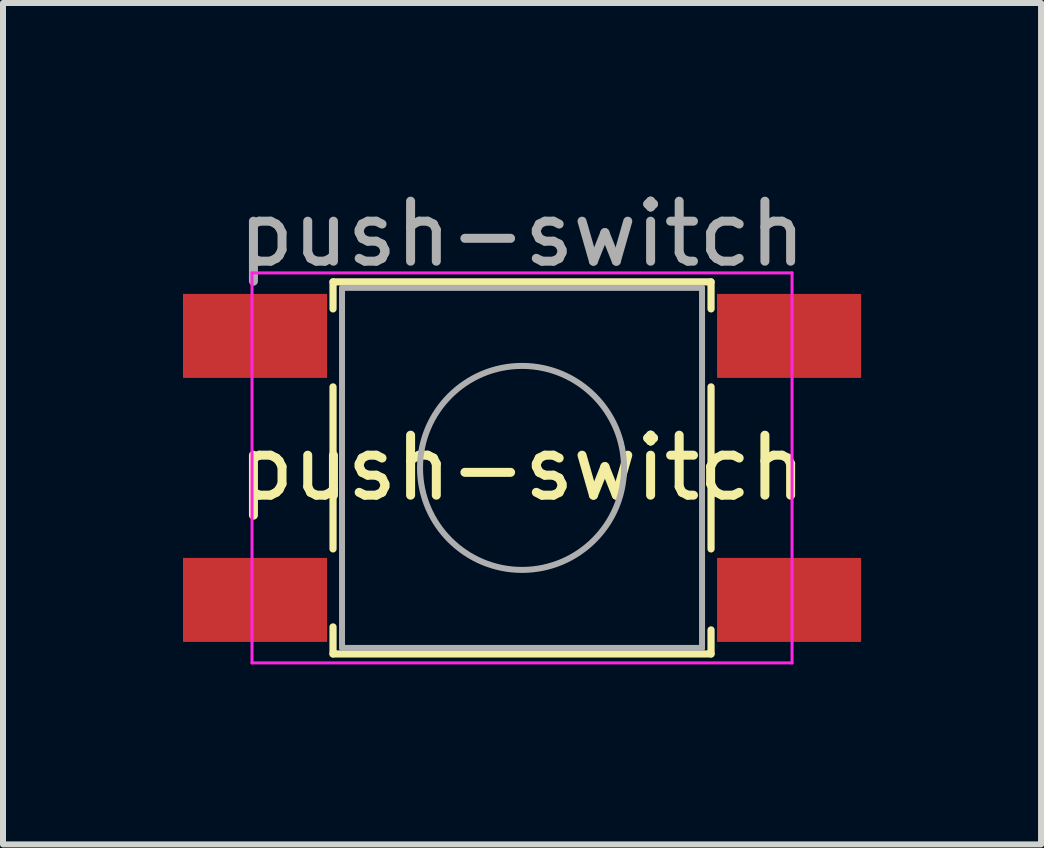
<source format=kicad_pcb>
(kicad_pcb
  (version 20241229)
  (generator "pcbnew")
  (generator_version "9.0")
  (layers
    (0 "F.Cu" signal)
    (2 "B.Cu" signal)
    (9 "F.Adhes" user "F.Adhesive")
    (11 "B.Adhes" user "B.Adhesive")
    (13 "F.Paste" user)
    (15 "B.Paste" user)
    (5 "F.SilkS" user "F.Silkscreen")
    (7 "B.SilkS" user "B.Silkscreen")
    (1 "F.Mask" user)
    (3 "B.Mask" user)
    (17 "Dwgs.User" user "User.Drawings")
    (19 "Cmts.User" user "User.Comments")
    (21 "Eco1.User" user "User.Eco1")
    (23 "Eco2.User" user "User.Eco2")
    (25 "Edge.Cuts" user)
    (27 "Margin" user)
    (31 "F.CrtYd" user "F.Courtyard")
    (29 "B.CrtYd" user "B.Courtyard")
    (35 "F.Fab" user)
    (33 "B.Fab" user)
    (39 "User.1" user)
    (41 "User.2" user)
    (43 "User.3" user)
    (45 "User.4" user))
  (footprint "push-switch"
    (layer "F.Cu")
    (at 5.65 4.748)
    (property "Reference" "push-switch" (at 0 0 0) (layer "F.SilkS") (effects (font (size 1 1) (thickness 0.15))))
    (attr smd)
    (fp_line (start -3.15 -3.1) (end 3.15 -3.1) (stroke (width 0.12) (type solid)) (layer "F.SilkS"))
    (fp_line (start -3.15 -2.65) (end -3.15 -3.1) (stroke (width 0.12) (type solid)) (layer "F.SilkS"))
    (fp_line (start -3.15 1.35) (end -3.15 -1.35) (stroke (width 0.12) (type solid)) (layer "F.SilkS"))
    (fp_line (start -3.15 2.65) (end -3.15 3.1) (stroke (width 0.12) (type solid)) (layer "F.SilkS"))
    (fp_line (start -3.15 3.1) (end 3.15 3.1) (stroke (width 0.12) (type solid)) (layer "F.SilkS"))
    (fp_line (start 3.15 -3.1) (end 3.15 -2.65) (stroke (width 0.12) (type solid)) (layer "F.SilkS"))
    (fp_line (start 3.15 -1.35) (end 3.15 1.35) (stroke (width 0.12) (type solid)) (layer "F.SilkS"))
    (fp_line (start 3.15 3.1) (end 3.15 2.7) (stroke (width 0.12) (type solid)) (layer "F.SilkS"))
    (fp_line (start -4.5 -3.25) (end 4.5 -3.25) (stroke (width 0.05) (type solid)) (layer "F.CrtYd"))
    (fp_line (start -4.5 3.25) (end -4.5 -3.25) (stroke (width 0.05) (type solid)) (layer "F.CrtYd"))
    (fp_line (start 4.5 -3.25) (end 4.5 3.25) (stroke (width 0.05) (type solid)) (layer "F.CrtYd"))
    (fp_line (start 4.5 3.25) (end -4.5 3.25) (stroke (width 0.05) (type solid)) (layer "F.CrtYd"))
    (fp_line (start -3 -3) (end 3 -3) (stroke (width 0.1) (type solid)) (layer "F.Fab"))
    (fp_line (start -3 3) (end -3 -3) (stroke (width 0.1) (type solid)) (layer "F.Fab"))
    (fp_line (start 3 -3) (end 3 3) (stroke (width 0.1) (type solid)) (layer "F.Fab"))
    (fp_line (start 3 3) (end -3 3) (stroke (width 0.1) (type solid)) (layer "F.Fab"))
    (fp_circle (center 0 0) (end 1.7 0) (stroke (width 0.1) (type solid)) (fill no) (layer "F.Fab"))
    (fp_text user "${REFERENCE}" (at 0 -3.9 0) (layer "F.Fab") (effects (font (size 1 1) (thickness 0.15))))
    (pad "1" smd rect (at -4.45 -2.2) (size 2.4 1.4) (layers "F.Cu" "F.Mask" "F.Paste"))
    (pad "1" smd rect (at 4.45 -2.2) (size 2.4 1.4) (layers "F.Cu" "F.Mask" "F.Paste"))
    (pad "2" smd rect (at -4.45 2.2) (size 2.4 1.4) (layers "F.Cu" "F.Mask" "F.Paste"))
    (pad "2" smd rect (at 4.45 2.2) (size 2.4 1.4) (layers "F.Cu" "F.Mask" "F.Paste")))
  (gr_rect
    (start -3 -3)
    (end 14.3 11.023)
    (stroke (width 0.1) (type default))
    (fill no)
    (layer "Edge.Cuts")))
</source>
